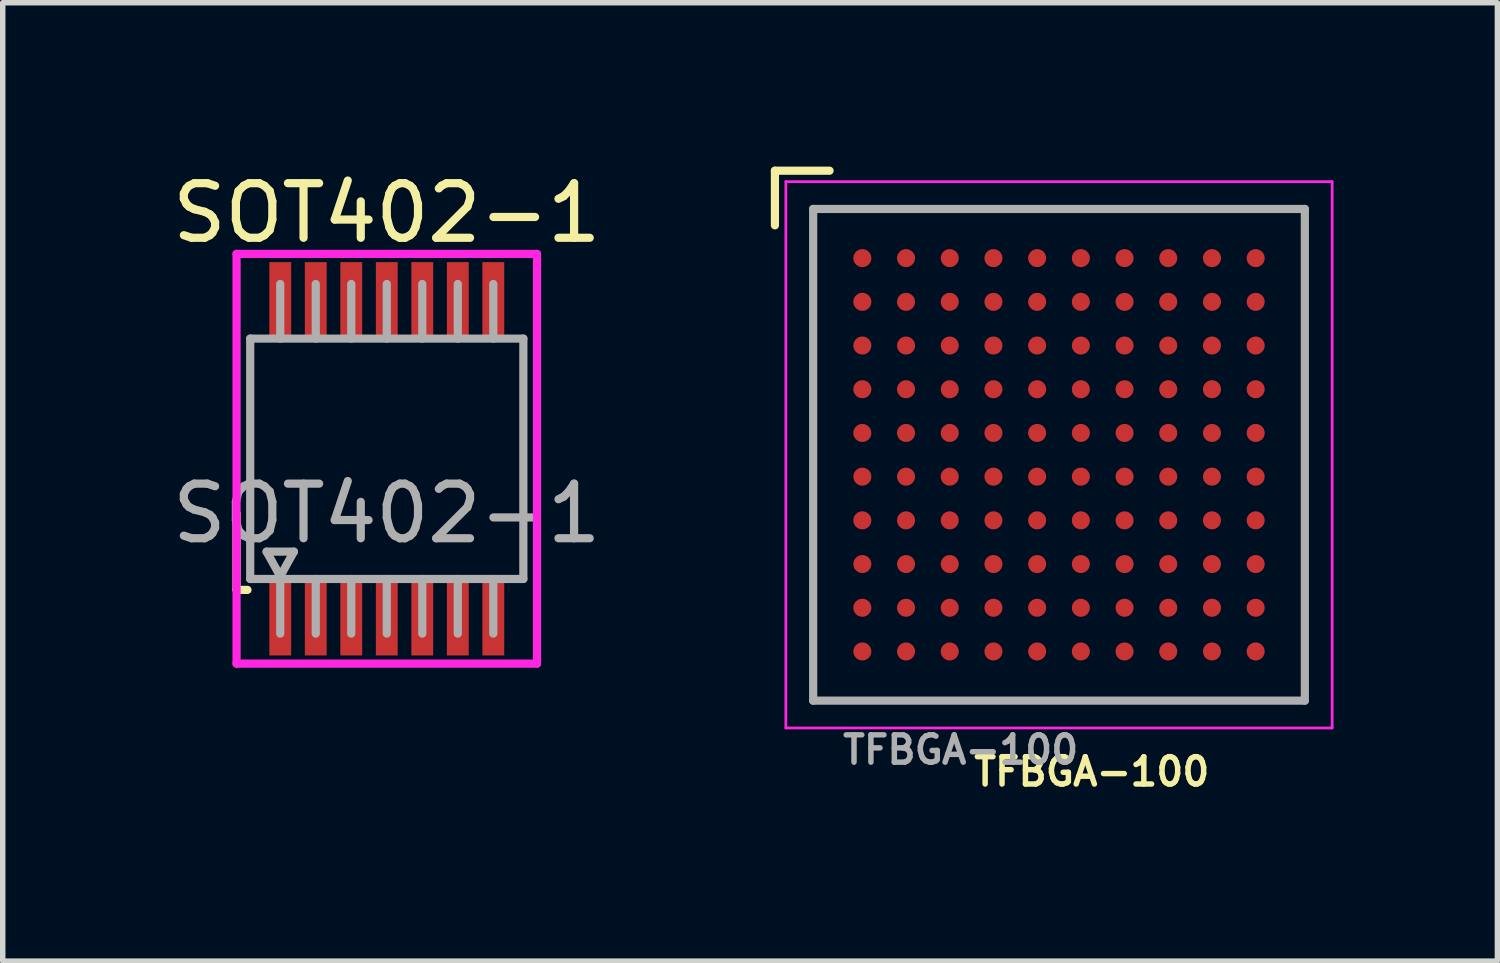
<source format=kicad_pcb>
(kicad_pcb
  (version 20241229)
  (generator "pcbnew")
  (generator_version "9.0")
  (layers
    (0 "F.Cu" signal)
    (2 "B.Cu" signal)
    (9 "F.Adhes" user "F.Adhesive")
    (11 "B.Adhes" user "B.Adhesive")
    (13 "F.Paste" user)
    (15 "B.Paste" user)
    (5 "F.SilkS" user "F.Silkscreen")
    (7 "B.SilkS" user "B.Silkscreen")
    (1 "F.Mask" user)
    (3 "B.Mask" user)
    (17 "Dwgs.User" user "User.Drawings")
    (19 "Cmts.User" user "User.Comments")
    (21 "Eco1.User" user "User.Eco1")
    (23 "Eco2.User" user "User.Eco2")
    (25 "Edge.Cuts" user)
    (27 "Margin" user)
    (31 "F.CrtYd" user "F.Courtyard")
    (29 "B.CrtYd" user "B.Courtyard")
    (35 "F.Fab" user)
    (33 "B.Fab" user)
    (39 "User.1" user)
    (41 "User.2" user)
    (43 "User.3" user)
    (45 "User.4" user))
  (footprint "SOT402-1"
    (layer "F.Cu")
    (at 4.03 5.348)
    (property "Reference" "SOT402-1" (at 0 -4.5 0) (layer "F.SilkS") (effects (font (size 1 1) (thickness 0.15))))
    (attr smd)
    (fp_line (start -2.75 1) (end -2.75 2.4) (stroke (width 0.15) (type solid)) (layer "F.SilkS"))
    (fp_line (start -2.75 2.4) (end -2.55 2.4) (stroke (width 0.15) (type solid)) (layer "F.SilkS"))
    (fp_line (start -2.75 -3.75) (end 2.75 -3.75) (stroke (width 0.15) (type solid)) (layer "F.CrtYd"))
    (fp_line (start -2.75 3.75) (end -2.75 -3.75) (stroke (width 0.15) (type solid)) (layer "F.CrtYd"))
    (fp_line (start 2.75 -3.75) (end 2.75 3.75) (stroke (width 0.15) (type solid)) (layer "F.CrtYd"))
    (fp_line (start 2.75 3.75) (end -2.75 3.75) (stroke (width 0.15) (type solid)) (layer "F.CrtYd"))
    (fp_line (start -2.5 -2.2) (end 2.5 -2.2) (stroke (width 0.15) (type solid)) (layer "F.Fab"))
    (fp_line (start -2.5 2.2) (end -2.5 -2.2) (stroke (width 0.15) (type solid)) (layer "F.Fab"))
    (fp_line (start -2.2 1.7) (end -1.7 1.7) (stroke (width 0.15) (type solid)) (layer "F.Fab"))
    (fp_line (start -1.95 -3.2) (end -1.95 -2.2) (stroke (width 0.15) (type solid)) (layer "F.Fab"))
    (fp_line (start -1.95 2.15) (end -2.2 1.7) (stroke (width 0.15) (type solid)) (layer "F.Fab"))
    (fp_line (start -1.95 2.2) (end -1.95 3.2) (stroke (width 0.15) (type solid)) (layer "F.Fab"))
    (fp_line (start -1.7 1.7) (end -1.95 2.15) (stroke (width 0.15) (type solid)) (layer "F.Fab"))
    (fp_line (start -1.3 -3.2) (end -1.3 -2.2) (stroke (width 0.15) (type solid)) (layer "F.Fab"))
    (fp_line (start -1.3 2.2) (end -1.3 3.2) (stroke (width 0.15) (type solid)) (layer "F.Fab"))
    (fp_line (start -0.65 -3.2) (end -0.65 -2.2) (stroke (width 0.15) (type solid)) (layer "F.Fab"))
    (fp_line (start -0.65 2.2) (end -0.65 3.2) (stroke (width 0.15) (type solid)) (layer "F.Fab"))
    (fp_line (start 0 -3.2) (end 0 -2.2) (stroke (width 0.15) (type solid)) (layer "F.Fab"))
    (fp_line (start 0 2.2) (end 0 3.2) (stroke (width 0.15) (type solid)) (layer "F.Fab"))
    (fp_line (start 0.65 -3.2) (end 0.65 -2.2) (stroke (width 0.15) (type solid)) (layer "F.Fab"))
    (fp_line (start 0.65 2.2) (end 0.65 3.2) (stroke (width 0.15) (type solid)) (layer "F.Fab"))
    (fp_line (start 1.3 -3.2) (end 1.3 -2.2) (stroke (width 0.15) (type solid)) (layer "F.Fab"))
    (fp_line (start 1.3 2.2) (end 1.3 3.2) (stroke (width 0.15) (type solid)) (layer "F.Fab"))
    (fp_line (start 1.95 -3.2) (end 1.95 -2.2) (stroke (width 0.15) (type solid)) (layer "F.Fab"))
    (fp_line (start 1.95 2.2) (end 1.95 3.2) (stroke (width 0.15) (type solid)) (layer "F.Fab"))
    (fp_line (start 2.5 -2.2) (end 2.5 2.2) (stroke (width 0.15) (type solid)) (layer "F.Fab"))
    (fp_line (start 2.5 2.2) (end -2.5 2.2) (stroke (width 0.15) (type solid)) (layer "F.Fab"))
    (fp_text user "${REFERENCE}" (at 0 1 0) (layer "F.Fab") (effects (font (size 1 1) (thickness 0.15))))
    (pad "1" smd rect (at -1.95 2.925) (size 0.4 1.35) (layers "F.Cu" "F.Mask" "F.Paste"))
    (pad "2" smd rect (at -1.3 2.925) (size 0.4 1.35) (layers "F.Cu" "F.Mask" "F.Paste"))
    (pad "3" smd rect (at -0.65 2.925) (size 0.4 1.35) (layers "F.Cu" "F.Mask" "F.Paste"))
    (pad "4" smd rect (at 0 2.925) (size 0.4 1.35) (layers "F.Cu" "F.Mask" "F.Paste"))
    (pad "5" smd rect (at 0.65 2.925) (size 0.4 1.35) (layers "F.Cu" "F.Mask" "F.Paste"))
    (pad "6" smd rect (at 1.3 2.925) (size 0.4 1.35) (layers "F.Cu" "F.Mask" "F.Paste"))
    (pad "7" smd rect (at 1.95 2.925) (size 0.4 1.35) (layers "F.Cu" "F.Mask" "F.Paste"))
    (pad "8" smd rect (at 1.95 -2.925) (size 0.4 1.35) (layers "F.Cu" "F.Mask" "F.Paste"))
    (pad "9" smd rect (at 1.3 -2.925) (size 0.4 1.35) (layers "F.Cu" "F.Mask" "F.Paste"))
    (pad "10" smd rect (at 0.65 -2.925) (size 0.4 1.35) (layers "F.Cu" "F.Mask" "F.Paste"))
    (pad "11" smd rect (at 0 -2.925) (size 0.4 1.35) (layers "F.Cu" "F.Mask" "F.Paste"))
    (pad "12" smd rect (at -0.65 -2.925) (size 0.4 1.35) (layers "F.Cu" "F.Mask" "F.Paste"))
    (pad "13" smd rect (at -1.3 -2.925) (size 0.4 1.35) (layers "F.Cu" "F.Mask" "F.Paste"))
    (pad "14" smd rect (at -1.95 -2.925) (size 0.4 1.35) (layers "F.Cu" "F.Mask" "F.Paste")))
  (footprint "TFBGA-100"
    (layer "F.Cu")
    (at 16.335 5.275)
    (property "Reference" "TFBGA-100" (at 0.6 5.8 0) (layer "F.SilkS") (effects (font (size 0.5 0.5) (thickness 0.1))))
    (attr smd)
    (fp_line (start -5.2 -5.2) (end -4.2 -5.2) (stroke (width 0.15) (type solid)) (layer "F.SilkS"))
    (fp_line (start -5.2 -4.2) (end -5.2 -5.2) (stroke (width 0.15) (type solid)) (layer "F.SilkS"))
    (fp_line (start -5 -5) (end 5 -5) (stroke (width 0.05) (type solid)) (layer "F.CrtYd"))
    (fp_line (start -5 5) (end -5 -5) (stroke (width 0.05) (type solid)) (layer "F.CrtYd"))
    (fp_line (start 5 -5) (end 5 5) (stroke (width 0.05) (type solid)) (layer "F.CrtYd"))
    (fp_line (start 5 5) (end -5 5) (stroke (width 0.05) (type solid)) (layer "F.CrtYd"))
    (fp_line (start -4.5 -4.5) (end 4.5 -4.5) (stroke (width 0.15) (type solid)) (layer "F.Fab"))
    (fp_line (start -4.5 4.5) (end -4.5 -4.5) (stroke (width 0.15) (type solid)) (layer "F.Fab"))
    (fp_line (start 4.5 -4.5) (end 4.5 4.5) (stroke (width 0.15) (type solid)) (layer "F.Fab"))
    (fp_line (start 4.5 4.5) (end -4.5 4.5) (stroke (width 0.15) (type solid)) (layer "F.Fab"))
    (fp_text user "${REFERENCE}" (at -1.8 5.4 0) (layer "F.Fab") (effects (font (size 0.5 0.5) (thickness 0.1))))
    (pad "A1" smd circle (at -3.6 -3.6) (size 0.33 0.33) (layers "F.Cu" "F.Mask" "F.Paste"))
    (pad "A2" smd circle (at -2.8 -3.6) (size 0.33 0.33) (layers "F.Cu" "F.Mask" "F.Paste"))
    (pad "A3" smd circle (at -2 -3.6) (size 0.33 0.33) (layers "F.Cu" "F.Mask" "F.Paste"))
    (pad "A4" smd circle (at -1.2 -3.6) (size 0.33 0.33) (layers "F.Cu" "F.Mask" "F.Paste"))
    (pad "A5" smd circle (at -0.4 -3.6) (size 0.33 0.33) (layers "F.Cu" "F.Mask" "F.Paste"))
    (pad "A6" smd circle (at 0.4 -3.6) (size 0.33 0.33) (layers "F.Cu" "F.Mask" "F.Paste"))
    (pad "A7" smd circle (at 1.2 -3.6) (size 0.33 0.33) (layers "F.Cu" "F.Mask" "F.Paste"))
    (pad "A8" smd circle (at 2 -3.6) (size 0.33 0.33) (layers "F.Cu" "F.Mask" "F.Paste"))
    (pad "A9" smd circle (at 2.8 -3.6) (size 0.33 0.33) (layers "F.Cu" "F.Mask" "F.Paste"))
    (pad "A10" smd circle (at 3.6 -3.6) (size 0.33 0.33) (layers "F.Cu" "F.Mask" "F.Paste"))
    (pad "B1" smd circle (at -3.6 -2.8) (size 0.33 0.33) (layers "F.Cu" "F.Mask" "F.Paste"))
    (pad "B2" smd circle (at -2.8 -2.8) (size 0.33 0.33) (layers "F.Cu" "F.Mask" "F.Paste"))
    (pad "B3" smd circle (at -2 -2.8) (size 0.33 0.33) (layers "F.Cu" "F.Mask" "F.Paste"))
    (pad "B4" smd circle (at -1.2 -2.8) (size 0.33 0.33) (layers "F.Cu" "F.Mask" "F.Paste"))
    (pad "B5" smd circle (at -0.4 -2.8) (size 0.33 0.33) (layers "F.Cu" "F.Mask" "F.Paste"))
    (pad "B6" smd circle (at 0.4 -2.8) (size 0.33 0.33) (layers "F.Cu" "F.Mask" "F.Paste"))
    (pad "B7" smd circle (at 1.2 -2.8) (size 0.33 0.33) (layers "F.Cu" "F.Mask" "F.Paste"))
    (pad "B8" smd circle (at 2 -2.8) (size 0.33 0.33) (layers "F.Cu" "F.Mask" "F.Paste"))
    (pad "B9" smd circle (at 2.8 -2.8) (size 0.33 0.33) (layers "F.Cu" "F.Mask" "F.Paste"))
    (pad "B10" smd circle (at 3.6 -2.8) (size 0.33 0.33) (layers "F.Cu" "F.Mask" "F.Paste"))
    (pad "C1" smd circle (at -3.6 -2) (size 0.33 0.33) (layers "F.Cu" "F.Mask" "F.Paste"))
    (pad "C2" smd circle (at -2.8 -2) (size 0.33 0.33) (layers "F.Cu" "F.Mask" "F.Paste"))
    (pad "C3" smd circle (at -2 -2) (size 0.33 0.33) (layers "F.Cu" "F.Mask" "F.Paste"))
    (pad "C4" smd circle (at -1.2 -2) (size 0.33 0.33) (layers "F.Cu" "F.Mask" "F.Paste"))
    (pad "C5" smd circle (at -0.4 -2) (size 0.33 0.33) (layers "F.Cu" "F.Mask" "F.Paste"))
    (pad "C6" smd circle (at 0.4 -2) (size 0.33 0.33) (layers "F.Cu" "F.Mask" "F.Paste"))
    (pad "C7" smd circle (at 1.2 -2) (size 0.33 0.33) (layers "F.Cu" "F.Mask" "F.Paste"))
    (pad "C8" smd circle (at 2 -2) (size 0.33 0.33) (layers "F.Cu" "F.Mask" "F.Paste"))
    (pad "C9" smd circle (at 2.8 -2) (size 0.33 0.33) (layers "F.Cu" "F.Mask" "F.Paste"))
    (pad "C10" smd circle (at 3.6 -2) (size 0.33 0.33) (layers "F.Cu" "F.Mask" "F.Paste"))
    (pad "D1" smd circle (at -3.6 -1.2) (size 0.33 0.33) (layers "F.Cu" "F.Mask" "F.Paste"))
    (pad "D2" smd circle (at -2.8 -1.2) (size 0.33 0.33) (layers "F.Cu" "F.Mask" "F.Paste"))
    (pad "D3" smd circle (at -2 -1.2) (size 0.33 0.33) (layers "F.Cu" "F.Mask" "F.Paste"))
    (pad "D4" smd circle (at -1.2 -1.2) (size 0.33 0.33) (layers "F.Cu" "F.Mask" "F.Paste"))
    (pad "D5" smd circle (at -0.4 -1.2) (size 0.33 0.33) (layers "F.Cu" "F.Mask" "F.Paste"))
    (pad "D6" smd circle (at 0.4 -1.2) (size 0.33 0.33) (layers "F.Cu" "F.Mask" "F.Paste"))
    (pad "D7" smd circle (at 1.2 -1.2) (size 0.33 0.33) (layers "F.Cu" "F.Mask" "F.Paste"))
    (pad "D8" smd circle (at 2 -1.2) (size 0.33 0.33) (layers "F.Cu" "F.Mask" "F.Paste"))
    (pad "D9" smd circle (at 2.8 -1.2) (size 0.33 0.33) (layers "F.Cu" "F.Mask" "F.Paste"))
    (pad "D10" smd circle (at 3.6 -1.2) (size 0.33 0.33) (layers "F.Cu" "F.Mask" "F.Paste"))
    (pad "E1" smd circle (at -3.6 -0.4) (size 0.33 0.33) (layers "F.Cu" "F.Mask" "F.Paste"))
    (pad "E2" smd circle (at -2.8 -0.4) (size 0.33 0.33) (layers "F.Cu" "F.Mask" "F.Paste"))
    (pad "E3" smd circle (at -2 -0.4) (size 0.33 0.33) (layers "F.Cu" "F.Mask" "F.Paste"))
    (pad "E4" smd circle (at -1.2 -0.4) (size 0.33 0.33) (layers "F.Cu" "F.Mask" "F.Paste"))
    (pad "E5" smd circle (at -0.4 -0.4) (size 0.33 0.33) (layers "F.Cu" "F.Mask" "F.Paste"))
    (pad "E6" smd circle (at 0.4 -0.4) (size 0.33 0.33) (layers "F.Cu" "F.Mask" "F.Paste"))
    (pad "E7" smd circle (at 1.2 -0.4) (size 0.33 0.33) (layers "F.Cu" "F.Mask" "F.Paste"))
    (pad "E8" smd circle (at 2 -0.4) (size 0.33 0.33) (layers "F.Cu" "F.Mask" "F.Paste"))
    (pad "E9" smd circle (at 2.8 -0.4) (size 0.33 0.33) (layers "F.Cu" "F.Mask" "F.Paste"))
    (pad "E10" smd circle (at 3.6 -0.4) (size 0.33 0.33) (layers "F.Cu" "F.Mask" "F.Paste"))
    (pad "F1" smd circle (at -3.6 0.4) (size 0.33 0.33) (layers "F.Cu" "F.Mask" "F.Paste"))
    (pad "F2" smd circle (at -2.8 0.4) (size 0.33 0.33) (layers "F.Cu" "F.Mask" "F.Paste"))
    (pad "F3" smd circle (at -2 0.4) (size 0.33 0.33) (layers "F.Cu" "F.Mask" "F.Paste"))
    (pad "F4" smd circle (at -1.2 0.4) (size 0.33 0.33) (layers "F.Cu" "F.Mask" "F.Paste"))
    (pad "F5" smd circle (at -0.4 0.4) (size 0.33 0.33) (layers "F.Cu" "F.Mask" "F.Paste"))
    (pad "F6" smd circle (at 0.4 0.4) (size 0.33 0.33) (layers "F.Cu" "F.Mask" "F.Paste"))
    (pad "F7" smd circle (at 1.2 0.4) (size 0.33 0.33) (layers "F.Cu" "F.Mask" "F.Paste"))
    (pad "F8" smd circle (at 2 0.4) (size 0.33 0.33) (layers "F.Cu" "F.Mask" "F.Paste"))
    (pad "F9" smd circle (at 2.8 0.4) (size 0.33 0.33) (layers "F.Cu" "F.Mask" "F.Paste"))
    (pad "F10" smd circle (at 3.6 0.4) (size 0.33 0.33) (layers "F.Cu" "F.Mask" "F.Paste"))
    (pad "G1" smd circle (at -3.6 1.2) (size 0.33 0.33) (layers "F.Cu" "F.Mask" "F.Paste"))
    (pad "G2" smd circle (at -2.8 1.2) (size 0.33 0.33) (layers "F.Cu" "F.Mask" "F.Paste"))
    (pad "G3" smd circle (at -2 1.2) (size 0.33 0.33) (layers "F.Cu" "F.Mask" "F.Paste"))
    (pad "G4" smd circle (at -1.2 1.2) (size 0.33 0.33) (layers "F.Cu" "F.Mask" "F.Paste"))
    (pad "G5" smd circle (at -0.4 1.2) (size 0.33 0.33) (layers "F.Cu" "F.Mask" "F.Paste"))
    (pad "G6" smd circle (at 0.4 1.2) (size 0.33 0.33) (layers "F.Cu" "F.Mask" "F.Paste"))
    (pad "G7" smd circle (at 1.2 1.2) (size 0.33 0.33) (layers "F.Cu" "F.Mask" "F.Paste"))
    (pad "G8" smd circle (at 2 1.2) (size 0.33 0.33) (layers "F.Cu" "F.Mask" "F.Paste"))
    (pad "G9" smd circle (at 2.8 1.2) (size 0.33 0.33) (layers "F.Cu" "F.Mask" "F.Paste"))
    (pad "G10" smd circle (at 3.6 1.2) (size 0.33 0.33) (layers "F.Cu" "F.Mask" "F.Paste"))
    (pad "H1" smd circle (at -3.6 2) (size 0.33 0.33) (layers "F.Cu" "F.Mask" "F.Paste"))
    (pad "H2" smd circle (at -2.8 2) (size 0.33 0.33) (layers "F.Cu" "F.Mask" "F.Paste"))
    (pad "H3" smd circle (at -2 2) (size 0.33 0.33) (layers "F.Cu" "F.Mask" "F.Paste"))
    (pad "H4" smd circle (at -1.2 2) (size 0.33 0.33) (layers "F.Cu" "F.Mask" "F.Paste"))
    (pad "H5" smd circle (at -0.4 2) (size 0.33 0.33) (layers "F.Cu" "F.Mask" "F.Paste"))
    (pad "H6" smd circle (at 0.4 2) (size 0.33 0.33) (layers "F.Cu" "F.Mask" "F.Paste"))
    (pad "H7" smd circle (at 1.2 2) (size 0.33 0.33) (layers "F.Cu" "F.Mask" "F.Paste"))
    (pad "H8" smd circle (at 2 2) (size 0.33 0.33) (layers "F.Cu" "F.Mask" "F.Paste"))
    (pad "H9" smd circle (at 2.8 2) (size 0.33 0.33) (layers "F.Cu" "F.Mask" "F.Paste"))
    (pad "H10" smd circle (at 3.6 2) (size 0.33 0.33) (layers "F.Cu" "F.Mask" "F.Paste"))
    (pad "J1" smd circle (at -3.6 2.8) (size 0.33 0.33) (layers "F.Cu" "F.Mask" "F.Paste"))
    (pad "J2" smd circle (at -2.8 2.8) (size 0.33 0.33) (layers "F.Cu" "F.Mask" "F.Paste"))
    (pad "J3" smd circle (at -2 2.8) (size 0.33 0.33) (layers "F.Cu" "F.Mask" "F.Paste"))
    (pad "J4" smd circle (at -1.2 2.8) (size 0.33 0.33) (layers "F.Cu" "F.Mask" "F.Paste"))
    (pad "J5" smd circle (at -0.4 2.8) (size 0.33 0.33) (layers "F.Cu" "F.Mask" "F.Paste"))
    (pad "J6" smd circle (at 0.4 2.8) (size 0.33 0.33) (layers "F.Cu" "F.Mask" "F.Paste"))
    (pad "J7" smd circle (at 1.2 2.8) (size 0.33 0.33) (layers "F.Cu" "F.Mask" "F.Paste"))
    (pad "J8" smd circle (at 2 2.8) (size 0.33 0.33) (layers "F.Cu" "F.Mask" "F.Paste"))
    (pad "J9" smd circle (at 2.8 2.8) (size 0.33 0.33) (layers "F.Cu" "F.Mask" "F.Paste"))
    (pad "J10" smd circle (at 3.6 2.8) (size 0.33 0.33) (layers "F.Cu" "F.Mask" "F.Paste"))
    (pad "K1" smd circle (at -3.6 3.6) (size 0.33 0.33) (layers "F.Cu" "F.Mask" "F.Paste"))
    (pad "K2" smd circle (at -2.8 3.6) (size 0.33 0.33) (layers "F.Cu" "F.Mask" "F.Paste"))
    (pad "K3" smd circle (at -2 3.6) (size 0.33 0.33) (layers "F.Cu" "F.Mask" "F.Paste"))
    (pad "K4" smd circle (at -1.2 3.6) (size 0.33 0.33) (layers "F.Cu" "F.Mask" "F.Paste"))
    (pad "K5" smd circle (at -0.4 3.6) (size 0.33 0.33) (layers "F.Cu" "F.Mask" "F.Paste"))
    (pad "K6" smd circle (at 0.4 3.6) (size 0.33 0.33) (layers "F.Cu" "F.Mask" "F.Paste"))
    (pad "K7" smd circle (at 1.2 3.6) (size 0.33 0.33) (layers "F.Cu" "F.Mask" "F.Paste"))
    (pad "K8" smd circle (at 2 3.6) (size 0.33 0.33) (layers "F.Cu" "F.Mask" "F.Paste"))
    (pad "K9" smd circle (at 2.8 3.6) (size 0.33 0.33) (layers "F.Cu" "F.Mask" "F.Paste"))
    (pad "K10" smd circle (at 3.6 3.6) (size 0.33 0.33) (layers "F.Cu" "F.Mask" "F.Paste")))
  (gr_rect
    (start -3 -3)
    (end 24.36 14.543)
    (stroke (width 0.1) (type default))
    (fill no)
    (layer "Edge.Cuts")))
</source>
